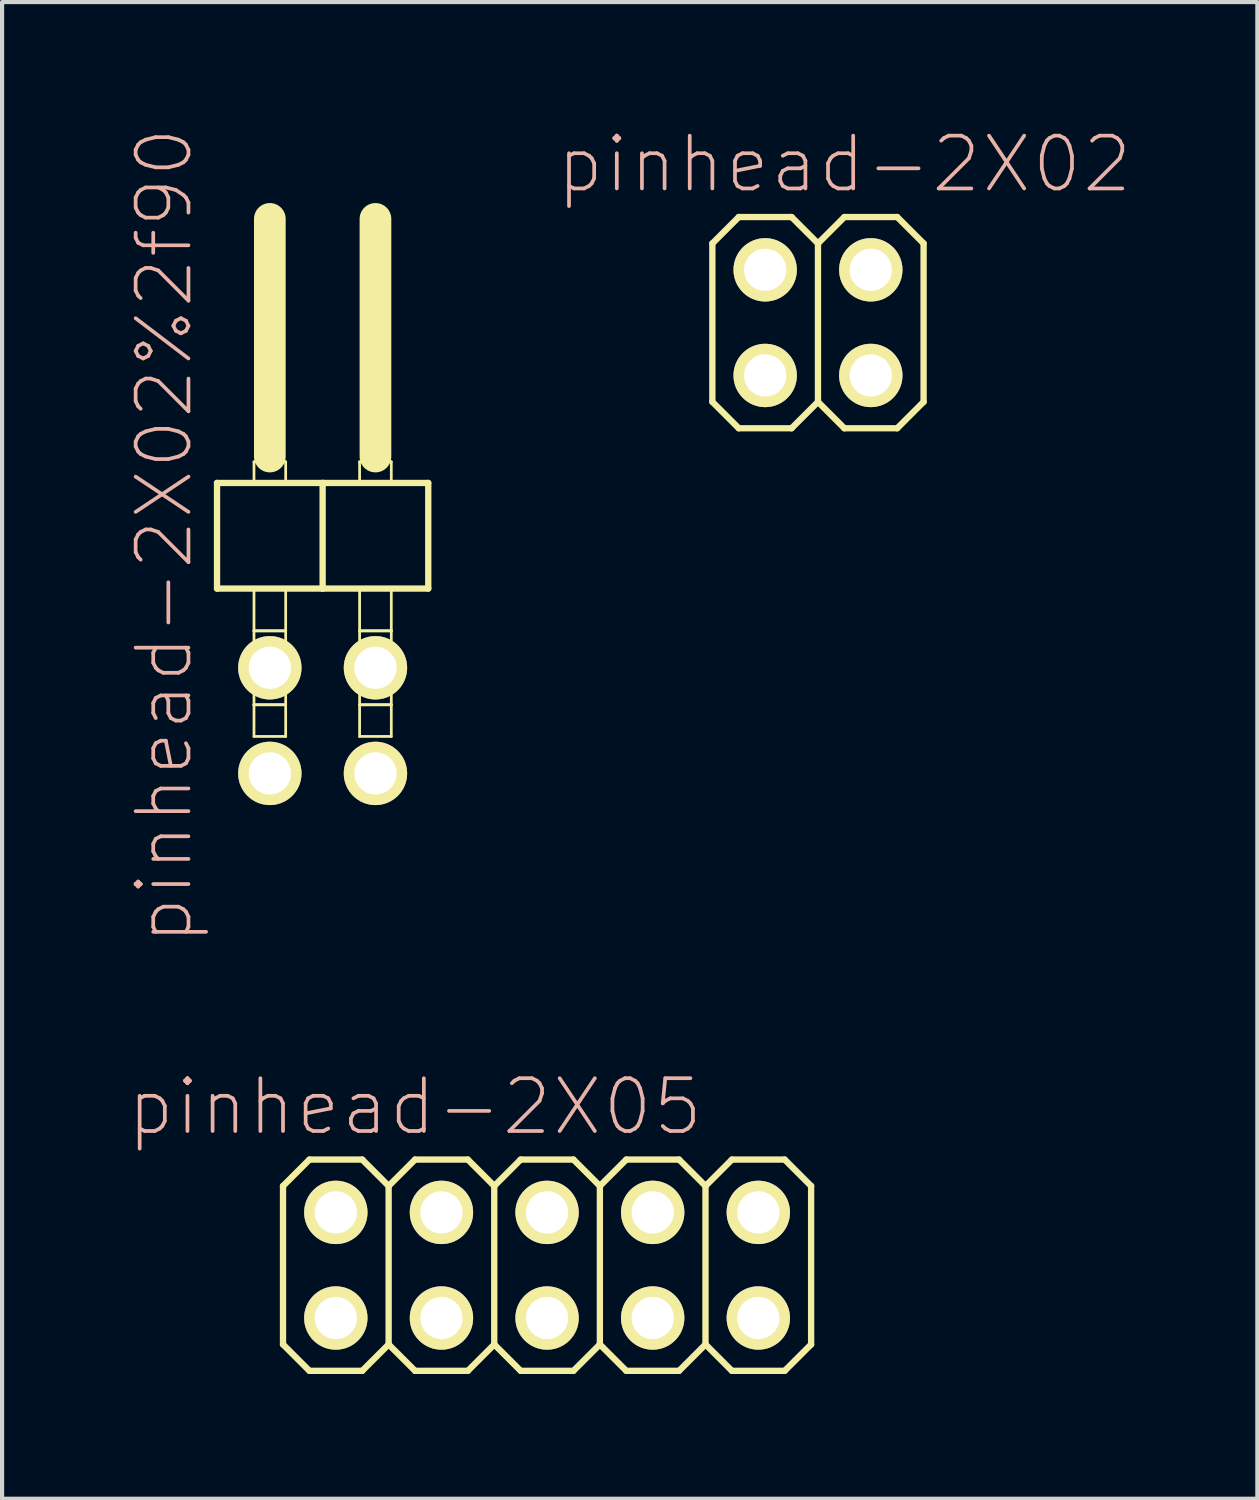
<source format=kicad_pcb>
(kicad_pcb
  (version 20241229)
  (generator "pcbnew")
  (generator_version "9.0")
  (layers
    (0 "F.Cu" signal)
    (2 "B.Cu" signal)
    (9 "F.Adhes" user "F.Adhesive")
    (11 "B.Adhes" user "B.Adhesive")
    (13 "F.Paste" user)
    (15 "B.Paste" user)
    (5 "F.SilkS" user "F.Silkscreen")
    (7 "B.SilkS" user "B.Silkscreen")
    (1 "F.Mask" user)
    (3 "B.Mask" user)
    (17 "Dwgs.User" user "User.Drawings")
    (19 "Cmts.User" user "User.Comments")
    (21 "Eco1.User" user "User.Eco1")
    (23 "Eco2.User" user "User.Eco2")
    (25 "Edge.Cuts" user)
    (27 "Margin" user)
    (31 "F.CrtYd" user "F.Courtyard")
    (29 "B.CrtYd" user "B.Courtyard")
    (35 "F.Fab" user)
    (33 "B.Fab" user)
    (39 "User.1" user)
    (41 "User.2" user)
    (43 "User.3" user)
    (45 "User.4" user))
  (footprint "pinhead-2X02"
    (layer "F.Cu")
    (at 16.621 4.709)
    (property "Reference" "pinhead-2X02" (at 0.635 -3.81 0) (layer "B.SilkS") (effects (font (size 1.27 1.27) (thickness 0.089))))
    (attr exclude_from_pos_files exclude_from_bom)
    (fp_line (start -2.54 -1.905) (end -1.905 -2.54) (stroke (width 0.152) (type solid)) (layer "F.SilkS"))
    (fp_line (start -2.54 1.905) (end -2.54 -1.905) (stroke (width 0.152) (type solid)) (layer "F.SilkS"))
    (fp_line (start -2.54 1.905) (end -1.905 2.54) (stroke (width 0.152) (type solid)) (layer "F.SilkS"))
    (fp_line (start -1.905 -2.54) (end -0.635 -2.54) (stroke (width 0.152) (type solid)) (layer "F.SilkS"))
    (fp_line (start -1.905 2.54) (end -0.635 2.54) (stroke (width 0.152) (type solid)) (layer "F.SilkS"))
    (fp_line (start -1.524 -1.524) (end -1.016 -1.524) (stroke (width 0.066) (type solid)) (layer "F.SilkS"))
    (fp_line (start -1.524 -1.016) (end -1.524 -1.524) (stroke (width 0.066) (type solid)) (layer "F.SilkS"))
    (fp_line (start -1.524 -1.016) (end -1.016 -1.016) (stroke (width 0.066) (type solid)) (layer "F.SilkS"))
    (fp_line (start -1.524 1.016) (end -1.016 1.016) (stroke (width 0.066) (type solid)) (layer "F.SilkS"))
    (fp_line (start -1.524 1.524) (end -1.524 1.016) (stroke (width 0.066) (type solid)) (layer "F.SilkS"))
    (fp_line (start -1.524 1.524) (end -1.016 1.524) (stroke (width 0.066) (type solid)) (layer "F.SilkS"))
    (fp_line (start -1.016 -1.016) (end -1.016 -1.524) (stroke (width 0.066) (type solid)) (layer "F.SilkS"))
    (fp_line (start -1.016 1.524) (end -1.016 1.016) (stroke (width 0.066) (type solid)) (layer "F.SilkS"))
    (fp_line (start -0.635 -2.54) (end 0 -1.905) (stroke (width 0.152) (type solid)) (layer "F.SilkS"))
    (fp_line (start -0.635 2.54) (end 0 1.905) (stroke (width 0.152) (type solid)) (layer "F.SilkS"))
    (fp_line (start 0 -1.905) (end 0 1.905) (stroke (width 0.152) (type solid)) (layer "F.SilkS"))
    (fp_line (start 0 -1.905) (end 0.635 -2.54) (stroke (width 0.152) (type solid)) (layer "F.SilkS"))
    (fp_line (start 0 1.905) (end 0.635 2.54) (stroke (width 0.152) (type solid)) (layer "F.SilkS"))
    (fp_line (start 0.635 -2.54) (end 1.905 -2.54) (stroke (width 0.152) (type solid)) (layer "F.SilkS"))
    (fp_line (start 0.635 2.54) (end 1.905 2.54) (stroke (width 0.152) (type solid)) (layer "F.SilkS"))
    (fp_line (start 1.016 -1.524) (end 1.524 -1.524) (stroke (width 0.066) (type solid)) (layer "F.SilkS"))
    (fp_line (start 1.016 -1.016) (end 1.016 -1.524) (stroke (width 0.066) (type solid)) (layer "F.SilkS"))
    (fp_line (start 1.016 -1.016) (end 1.524 -1.016) (stroke (width 0.066) (type solid)) (layer "F.SilkS"))
    (fp_line (start 1.016 1.016) (end 1.524 1.016) (stroke (width 0.066) (type solid)) (layer "F.SilkS"))
    (fp_line (start 1.016 1.524) (end 1.016 1.016) (stroke (width 0.066) (type solid)) (layer "F.SilkS"))
    (fp_line (start 1.016 1.524) (end 1.524 1.524) (stroke (width 0.066) (type solid)) (layer "F.SilkS"))
    (fp_line (start 1.524 -1.016) (end 1.524 -1.524) (stroke (width 0.066) (type solid)) (layer "F.SilkS"))
    (fp_line (start 1.524 1.524) (end 1.524 1.016) (stroke (width 0.066) (type solid)) (layer "F.SilkS"))
    (fp_line (start 1.905 -2.54) (end 2.54 -1.905) (stroke (width 0.152) (type solid)) (layer "F.SilkS"))
    (fp_line (start 1.905 2.54) (end 2.54 1.905) (stroke (width 0.152) (type solid)) (layer "F.SilkS"))
    (fp_line (start 2.54 -1.905) (end 2.54 1.905) (stroke (width 0.152) (type solid)) (layer "F.SilkS"))
    (pad "1" thru_hole circle (at -1.27 1.27) (size 1.524 1.524) (drill 1.016) (layers "*.Cu" "F.Mask" "F.SilkS" "F.Paste"))
    (pad "2" thru_hole circle (at -1.27 -1.27) (size 1.524 1.524) (drill 1.016) (layers "*.Cu" "F.Mask" "F.SilkS" "F.Paste"))
    (pad "3" thru_hole circle (at 1.27 1.27) (size 1.524 1.524) (drill 1.016) (layers "*.Cu" "F.Mask" "F.SilkS" "F.Paste"))
    (pad "4" thru_hole circle (at 1.27 -1.27) (size 1.524 1.524) (drill 1.016) (layers "*.Cu" "F.Mask" "F.SilkS" "F.Paste")))
  (footprint "pinhead-2X05"
    (layer "F.Cu")
    (at 10.106 27.376)
    (property "Reference" "pinhead-2X05" (at -3.175 -3.81 0) (layer "B.SilkS") (effects (font (size 1.27 1.27) (thickness 0.089))))
    (attr exclude_from_pos_files exclude_from_bom)
    (fp_line (start -6.35 -1.905) (end -5.715 -2.54) (stroke (width 0.152) (type solid)) (layer "F.SilkS"))
    (fp_line (start -6.35 1.905) (end -6.35 -1.905) (stroke (width 0.152) (type solid)) (layer "F.SilkS"))
    (fp_line (start -6.35 1.905) (end -5.715 2.54) (stroke (width 0.152) (type solid)) (layer "F.SilkS"))
    (fp_line (start -5.715 -2.54) (end -4.445 -2.54) (stroke (width 0.152) (type solid)) (layer "F.SilkS"))
    (fp_line (start -5.715 2.54) (end -4.445 2.54) (stroke (width 0.152) (type solid)) (layer "F.SilkS"))
    (fp_line (start -5.334 -1.524) (end -4.826 -1.524) (stroke (width 0.066) (type solid)) (layer "F.SilkS"))
    (fp_line (start -5.334 -1.016) (end -5.334 -1.524) (stroke (width 0.066) (type solid)) (layer "F.SilkS"))
    (fp_line (start -5.334 -1.016) (end -4.826 -1.016) (stroke (width 0.066) (type solid)) (layer "F.SilkS"))
    (fp_line (start -5.334 1.016) (end -4.826 1.016) (stroke (width 0.066) (type solid)) (layer "F.SilkS"))
    (fp_line (start -5.334 1.524) (end -5.334 1.016) (stroke (width 0.066) (type solid)) (layer "F.SilkS"))
    (fp_line (start -5.334 1.524) (end -4.826 1.524) (stroke (width 0.066) (type solid)) (layer "F.SilkS"))
    (fp_line (start -4.826 -1.016) (end -4.826 -1.524) (stroke (width 0.066) (type solid)) (layer "F.SilkS"))
    (fp_line (start -4.826 1.524) (end -4.826 1.016) (stroke (width 0.066) (type solid)) (layer "F.SilkS"))
    (fp_line (start -4.445 -2.54) (end -3.81 -1.905) (stroke (width 0.152) (type solid)) (layer "F.SilkS"))
    (fp_line (start -4.445 2.54) (end -3.81 1.905) (stroke (width 0.152) (type solid)) (layer "F.SilkS"))
    (fp_line (start -3.81 -1.905) (end -3.81 1.905) (stroke (width 0.152) (type solid)) (layer "F.SilkS"))
    (fp_line (start -3.81 -1.905) (end -3.175 -2.54) (stroke (width 0.152) (type solid)) (layer "F.SilkS"))
    (fp_line (start -3.81 1.905) (end -3.175 2.54) (stroke (width 0.152) (type solid)) (layer "F.SilkS"))
    (fp_line (start -3.175 -2.54) (end -1.905 -2.54) (stroke (width 0.152) (type solid)) (layer "F.SilkS"))
    (fp_line (start -3.175 2.54) (end -1.905 2.54) (stroke (width 0.152) (type solid)) (layer "F.SilkS"))
    (fp_line (start -2.794 -1.524) (end -2.286 -1.524) (stroke (width 0.066) (type solid)) (layer "F.SilkS"))
    (fp_line (start -2.794 -1.016) (end -2.794 -1.524) (stroke (width 0.066) (type solid)) (layer "F.SilkS"))
    (fp_line (start -2.794 -1.016) (end -2.286 -1.016) (stroke (width 0.066) (type solid)) (layer "F.SilkS"))
    (fp_line (start -2.794 1.016) (end -2.286 1.016) (stroke (width 0.066) (type solid)) (layer "F.SilkS"))
    (fp_line (start -2.794 1.524) (end -2.794 1.016) (stroke (width 0.066) (type solid)) (layer "F.SilkS"))
    (fp_line (start -2.794 1.524) (end -2.286 1.524) (stroke (width 0.066) (type solid)) (layer "F.SilkS"))
    (fp_line (start -2.286 -1.016) (end -2.286 -1.524) (stroke (width 0.066) (type solid)) (layer "F.SilkS"))
    (fp_line (start -2.286 1.524) (end -2.286 1.016) (stroke (width 0.066) (type solid)) (layer "F.SilkS"))
    (fp_line (start -1.905 -2.54) (end -1.27 -1.905) (stroke (width 0.152) (type solid)) (layer "F.SilkS"))
    (fp_line (start -1.905 2.54) (end -1.27 1.905) (stroke (width 0.152) (type solid)) (layer "F.SilkS"))
    (fp_line (start -1.27 -1.905) (end -1.27 1.905) (stroke (width 0.152) (type solid)) (layer "F.SilkS"))
    (fp_line (start -1.27 -1.905) (end -0.635 -2.54) (stroke (width 0.152) (type solid)) (layer "F.SilkS"))
    (fp_line (start -1.27 1.905) (end -0.635 2.54) (stroke (width 0.152) (type solid)) (layer "F.SilkS"))
    (fp_line (start -0.635 -2.54) (end 0.635 -2.54) (stroke (width 0.152) (type solid)) (layer "F.SilkS"))
    (fp_line (start -0.635 2.54) (end 0.635 2.54) (stroke (width 0.152) (type solid)) (layer "F.SilkS"))
    (fp_line (start -0.254 -1.524) (end 0.254 -1.524) (stroke (width 0.066) (type solid)) (layer "F.SilkS"))
    (fp_line (start -0.254 -1.016) (end -0.254 -1.524) (stroke (width 0.066) (type solid)) (layer "F.SilkS"))
    (fp_line (start -0.254 -1.016) (end 0.254 -1.016) (stroke (width 0.066) (type solid)) (layer "F.SilkS"))
    (fp_line (start -0.254 1.016) (end 0.254 1.016) (stroke (width 0.066) (type solid)) (layer "F.SilkS"))
    (fp_line (start -0.254 1.524) (end -0.254 1.016) (stroke (width 0.066) (type solid)) (layer "F.SilkS"))
    (fp_line (start -0.254 1.524) (end 0.254 1.524) (stroke (width 0.066) (type solid)) (layer "F.SilkS"))
    (fp_line (start 0.254 -1.016) (end 0.254 -1.524) (stroke (width 0.066) (type solid)) (layer "F.SilkS"))
    (fp_line (start 0.254 1.524) (end 0.254 1.016) (stroke (width 0.066) (type solid)) (layer "F.SilkS"))
    (fp_line (start 0.635 -2.54) (end 1.27 -1.905) (stroke (width 0.152) (type solid)) (layer "F.SilkS"))
    (fp_line (start 0.635 2.54) (end 1.27 1.905) (stroke (width 0.152) (type solid)) (layer "F.SilkS"))
    (fp_line (start 1.27 -1.905) (end 1.27 1.905) (stroke (width 0.152) (type solid)) (layer "F.SilkS"))
    (fp_line (start 1.27 -1.905) (end 1.905 -2.54) (stroke (width 0.152) (type solid)) (layer "F.SilkS"))
    (fp_line (start 1.27 1.905) (end 1.905 2.54) (stroke (width 0.152) (type solid)) (layer "F.SilkS"))
    (fp_line (start 1.905 -2.54) (end 3.175 -2.54) (stroke (width 0.152) (type solid)) (layer "F.SilkS"))
    (fp_line (start 1.905 2.54) (end 3.175 2.54) (stroke (width 0.152) (type solid)) (layer "F.SilkS"))
    (fp_line (start 2.286 -1.524) (end 2.794 -1.524) (stroke (width 0.066) (type solid)) (layer "F.SilkS"))
    (fp_line (start 2.286 -1.016) (end 2.286 -1.524) (stroke (width 0.066) (type solid)) (layer "F.SilkS"))
    (fp_line (start 2.286 -1.016) (end 2.794 -1.016) (stroke (width 0.066) (type solid)) (layer "F.SilkS"))
    (fp_line (start 2.286 1.016) (end 2.794 1.016) (stroke (width 0.066) (type solid)) (layer "F.SilkS"))
    (fp_line (start 2.286 1.524) (end 2.286 1.016) (stroke (width 0.066) (type solid)) (layer "F.SilkS"))
    (fp_line (start 2.286 1.524) (end 2.794 1.524) (stroke (width 0.066) (type solid)) (layer "F.SilkS"))
    (fp_line (start 2.794 -1.016) (end 2.794 -1.524) (stroke (width 0.066) (type solid)) (layer "F.SilkS"))
    (fp_line (start 2.794 1.524) (end 2.794 1.016) (stroke (width 0.066) (type solid)) (layer "F.SilkS"))
    (fp_line (start 3.175 -2.54) (end 3.81 -1.905) (stroke (width 0.152) (type solid)) (layer "F.SilkS"))
    (fp_line (start 3.175 2.54) (end 3.81 1.905) (stroke (width 0.152) (type solid)) (layer "F.SilkS"))
    (fp_line (start 3.81 -1.905) (end 3.81 1.905) (stroke (width 0.152) (type solid)) (layer "F.SilkS"))
    (fp_line (start 3.81 -1.905) (end 4.445 -2.54) (stroke (width 0.152) (type solid)) (layer "F.SilkS"))
    (fp_line (start 3.81 1.905) (end 4.445 2.54) (stroke (width 0.152) (type solid)) (layer "F.SilkS"))
    (fp_line (start 4.445 -2.54) (end 5.715 -2.54) (stroke (width 0.152) (type solid)) (layer "F.SilkS"))
    (fp_line (start 4.445 2.54) (end 5.715 2.54) (stroke (width 0.152) (type solid)) (layer "F.SilkS"))
    (fp_line (start 4.826 -1.524) (end 5.334 -1.524) (stroke (width 0.066) (type solid)) (layer "F.SilkS"))
    (fp_line (start 4.826 -1.016) (end 4.826 -1.524) (stroke (width 0.066) (type solid)) (layer "F.SilkS"))
    (fp_line (start 4.826 -1.016) (end 5.334 -1.016) (stroke (width 0.066) (type solid)) (layer "F.SilkS"))
    (fp_line (start 4.826 1.016) (end 5.334 1.016) (stroke (width 0.066) (type solid)) (layer "F.SilkS"))
    (fp_line (start 4.826 1.524) (end 4.826 1.016) (stroke (width 0.066) (type solid)) (layer "F.SilkS"))
    (fp_line (start 4.826 1.524) (end 5.334 1.524) (stroke (width 0.066) (type solid)) (layer "F.SilkS"))
    (fp_line (start 5.334 -1.016) (end 5.334 -1.524) (stroke (width 0.066) (type solid)) (layer "F.SilkS"))
    (fp_line (start 5.334 1.524) (end 5.334 1.016) (stroke (width 0.066) (type solid)) (layer "F.SilkS"))
    (fp_line (start 5.715 -2.54) (end 6.35 -1.905) (stroke (width 0.152) (type solid)) (layer "F.SilkS"))
    (fp_line (start 5.715 2.54) (end 6.35 1.905) (stroke (width 0.152) (type solid)) (layer "F.SilkS"))
    (fp_line (start 6.35 -1.905) (end 6.35 1.905) (stroke (width 0.152) (type solid)) (layer "F.SilkS"))
    (pad "1" thru_hole circle (at -5.08 1.27) (size 1.524 1.524) (drill 1.016) (layers "*.Cu" "F.Mask" "F.SilkS" "F.Paste"))
    (pad "2" thru_hole circle (at -5.08 -1.27) (size 1.524 1.524) (drill 1.016) (layers "*.Cu" "F.Mask" "F.SilkS" "F.Paste"))
    (pad "3" thru_hole circle (at -2.54 1.27) (size 1.524 1.524) (drill 1.016) (layers "*.Cu" "F.Mask" "F.SilkS" "F.Paste"))
    (pad "4" thru_hole circle (at -2.54 -1.27) (size 1.524 1.524) (drill 1.016) (layers "*.Cu" "F.Mask" "F.SilkS" "F.Paste"))
    (pad "5" thru_hole circle (at 0 1.27) (size 1.524 1.524) (drill 1.016) (layers "*.Cu" "F.Mask" "F.SilkS" "F.Paste"))
    (pad "6" thru_hole circle (at 0 -1.27) (size 1.524 1.524) (drill 1.016) (layers "*.Cu" "F.Mask" "F.SilkS" "F.Paste"))
    (pad "7" thru_hole circle (at 2.54 1.27) (size 1.524 1.524) (drill 1.016) (layers "*.Cu" "F.Mask" "F.SilkS" "F.Paste"))
    (pad "8" thru_hole circle (at 2.54 -1.27) (size 1.524 1.524) (drill 1.016) (layers "*.Cu" "F.Mask" "F.SilkS" "F.Paste"))
    (pad "9" thru_hole circle (at 5.08 1.27) (size 1.524 1.524) (drill 1.016) (layers "*.Cu" "F.Mask" "F.SilkS" "F.Paste"))
    (pad "10" thru_hole circle (at 5.08 -1.27) (size 1.524 1.524) (drill 1.016) (layers "*.Cu" "F.Mask" "F.SilkS" "F.Paste")))
  (footprint "pinhead-2X02%2f90"
    (layer "F.Cu")
    (at 4.709 9.199)
    (property "Reference" "pinhead-2X02%2f90" (at -3.81 0.635 90) (layer "B.SilkS") (effects (font (size 1.27 1.27) (thickness 0.089))))
    (attr exclude_from_pos_files exclude_from_bom)
    (fp_line (start -2.54 -0.635) (end -2.54 1.905) (stroke (width 0.152) (type solid)) (layer "F.SilkS"))
    (fp_line (start -2.54 1.905) (end 0 1.905) (stroke (width 0.152) (type solid)) (layer "F.SilkS"))
    (fp_line (start -1.651 -1.143) (end -0.889 -1.143) (stroke (width 0.066) (type solid)) (layer "F.SilkS"))
    (fp_line (start -1.651 -0.635) (end -1.651 -1.143) (stroke (width 0.066) (type solid)) (layer "F.SilkS"))
    (fp_line (start -1.651 -0.635) (end -0.889 -0.635) (stroke (width 0.066) (type solid)) (layer "F.SilkS"))
    (fp_line (start -1.651 1.905) (end -0.889 1.905) (stroke (width 0.066) (type solid)) (layer "F.SilkS"))
    (fp_line (start -1.651 2.921) (end -1.651 1.905) (stroke (width 0.066) (type solid)) (layer "F.SilkS"))
    (fp_line (start -1.651 2.921) (end -0.889 2.921) (stroke (width 0.066) (type solid)) (layer "F.SilkS"))
    (fp_line (start -1.651 2.921) (end -0.889 2.921) (stroke (width 0.066) (type solid)) (layer "F.SilkS"))
    (fp_line (start -1.651 4.699) (end -1.651 2.921) (stroke (width 0.066) (type solid)) (layer "F.SilkS"))
    (fp_line (start -1.651 4.699) (end -0.889 4.699) (stroke (width 0.066) (type solid)) (layer "F.SilkS"))
    (fp_line (start -1.651 4.699) (end -0.889 4.699) (stroke (width 0.066) (type solid)) (layer "F.SilkS"))
    (fp_line (start -1.651 5.461) (end -1.651 4.699) (stroke (width 0.066) (type solid)) (layer "F.SilkS"))
    (fp_line (start -1.651 5.461) (end -0.889 5.461) (stroke (width 0.066) (type solid)) (layer "F.SilkS"))
    (fp_line (start -1.27 -6.985) (end -1.27 -1.27) (stroke (width 0.762) (type solid)) (layer "F.SilkS"))
    (fp_line (start -0.889 -0.635) (end -0.889 -1.143) (stroke (width 0.066) (type solid)) (layer "F.SilkS"))
    (fp_line (start -0.889 2.921) (end -0.889 1.905) (stroke (width 0.066) (type solid)) (layer "F.SilkS"))
    (fp_line (start -0.889 4.699) (end -0.889 2.921) (stroke (width 0.066) (type solid)) (layer "F.SilkS"))
    (fp_line (start -0.889 5.461) (end -0.889 4.699) (stroke (width 0.066) (type solid)) (layer "F.SilkS"))
    (fp_line (start 0 -0.635) (end -2.54 -0.635) (stroke (width 0.152) (type solid)) (layer "F.SilkS"))
    (fp_line (start 0 1.905) (end 0 -0.635) (stroke (width 0.152) (type solid)) (layer "F.SilkS"))
    (fp_line (start 0 1.905) (end 2.54 1.905) (stroke (width 0.152) (type solid)) (layer "F.SilkS"))
    (fp_line (start 0.889 -1.143) (end 1.651 -1.143) (stroke (width 0.066) (type solid)) (layer "F.SilkS"))
    (fp_line (start 0.889 -0.635) (end 0.889 -1.143) (stroke (width 0.066) (type solid)) (layer "F.SilkS"))
    (fp_line (start 0.889 -0.635) (end 1.651 -0.635) (stroke (width 0.066) (type solid)) (layer "F.SilkS"))
    (fp_line (start 0.889 1.905) (end 1.651 1.905) (stroke (width 0.066) (type solid)) (layer "F.SilkS"))
    (fp_line (start 0.889 2.921) (end 0.889 1.905) (stroke (width 0.066) (type solid)) (layer "F.SilkS"))
    (fp_line (start 0.889 2.921) (end 1.651 2.921) (stroke (width 0.066) (type solid)) (layer "F.SilkS"))
    (fp_line (start 0.889 2.921) (end 1.651 2.921) (stroke (width 0.066) (type solid)) (layer "F.SilkS"))
    (fp_line (start 0.889 4.699) (end 0.889 2.921) (stroke (width 0.066) (type solid)) (layer "F.SilkS"))
    (fp_line (start 0.889 4.699) (end 1.651 4.699) (stroke (width 0.066) (type solid)) (layer "F.SilkS"))
    (fp_line (start 0.889 4.699) (end 1.651 4.699) (stroke (width 0.066) (type solid)) (layer "F.SilkS"))
    (fp_line (start 0.889 5.461) (end 0.889 4.699) (stroke (width 0.066) (type solid)) (layer "F.SilkS"))
    (fp_line (start 0.889 5.461) (end 1.651 5.461) (stroke (width 0.066) (type solid)) (layer "F.SilkS"))
    (fp_line (start 1.27 -6.985) (end 1.27 -1.27) (stroke (width 0.762) (type solid)) (layer "F.SilkS"))
    (fp_line (start 1.651 -0.635) (end 1.651 -1.143) (stroke (width 0.066) (type solid)) (layer "F.SilkS"))
    (fp_line (start 1.651 2.921) (end 1.651 1.905) (stroke (width 0.066) (type solid)) (layer "F.SilkS"))
    (fp_line (start 1.651 4.699) (end 1.651 2.921) (stroke (width 0.066) (type solid)) (layer "F.SilkS"))
    (fp_line (start 1.651 5.461) (end 1.651 4.699) (stroke (width 0.066) (type solid)) (layer "F.SilkS"))
    (fp_line (start 2.54 -0.635) (end 0 -0.635) (stroke (width 0.152) (type solid)) (layer "F.SilkS"))
    (fp_line (start 2.54 1.905) (end 2.54 -0.635) (stroke (width 0.152) (type solid)) (layer "F.SilkS"))
    (pad "1" thru_hole circle (at -1.27 6.35) (size 1.524 1.524) (drill 1.016) (layers "*.Cu" "F.Mask" "F.SilkS" "F.Paste"))
    (pad "2" thru_hole circle (at -1.27 3.81) (size 1.524 1.524) (drill 1.016) (layers "*.Cu" "F.Mask" "F.SilkS" "F.Paste"))
    (pad "3" thru_hole circle (at 1.27 6.35) (size 1.524 1.524) (drill 1.016) (layers "*.Cu" "F.Mask" "F.SilkS" "F.Paste"))
    (pad "4" thru_hole circle (at 1.27 3.81) (size 1.524 1.524) (drill 1.016) (layers "*.Cu" "F.Mask" "F.SilkS" "F.Paste")))
  (gr_rect
    (start -3 -3)
    (end 27.187 32.993)
    (stroke (width 0.1) (type default))
    (fill no)
    (layer "Edge.Cuts")))
</source>
